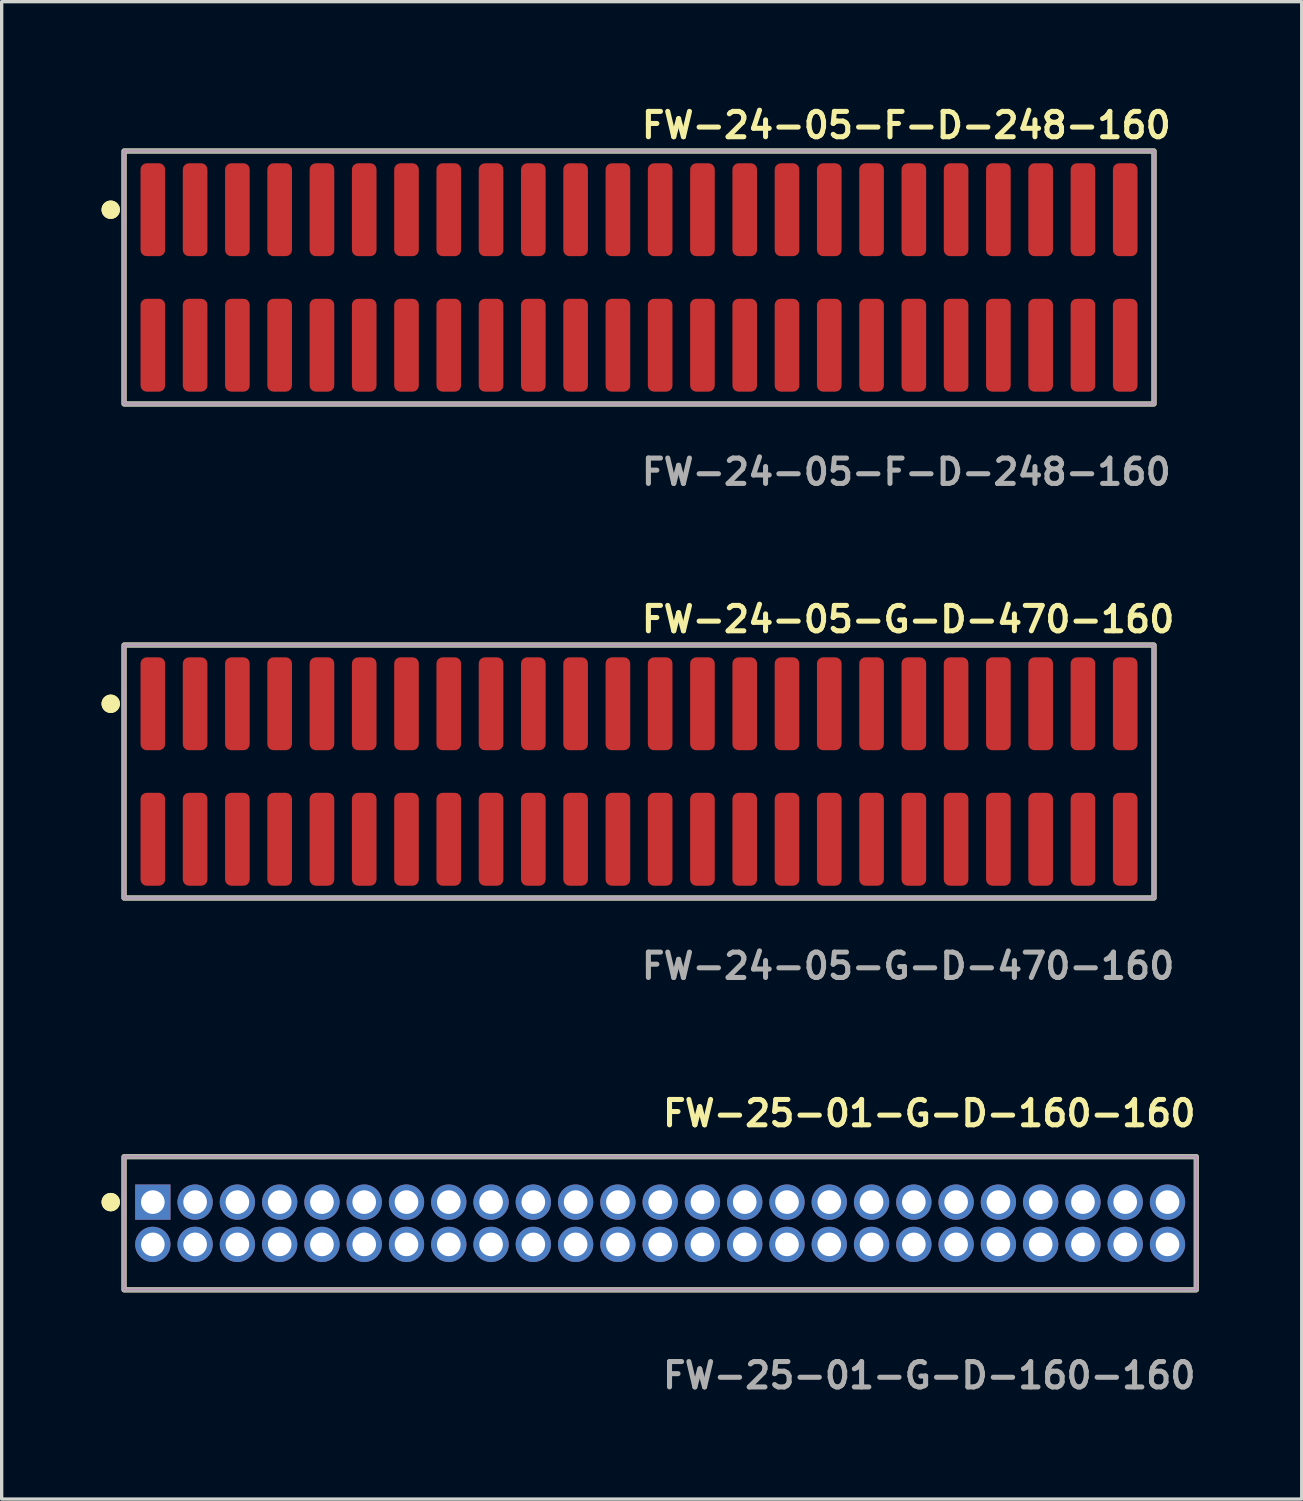
<source format=kicad_pcb>
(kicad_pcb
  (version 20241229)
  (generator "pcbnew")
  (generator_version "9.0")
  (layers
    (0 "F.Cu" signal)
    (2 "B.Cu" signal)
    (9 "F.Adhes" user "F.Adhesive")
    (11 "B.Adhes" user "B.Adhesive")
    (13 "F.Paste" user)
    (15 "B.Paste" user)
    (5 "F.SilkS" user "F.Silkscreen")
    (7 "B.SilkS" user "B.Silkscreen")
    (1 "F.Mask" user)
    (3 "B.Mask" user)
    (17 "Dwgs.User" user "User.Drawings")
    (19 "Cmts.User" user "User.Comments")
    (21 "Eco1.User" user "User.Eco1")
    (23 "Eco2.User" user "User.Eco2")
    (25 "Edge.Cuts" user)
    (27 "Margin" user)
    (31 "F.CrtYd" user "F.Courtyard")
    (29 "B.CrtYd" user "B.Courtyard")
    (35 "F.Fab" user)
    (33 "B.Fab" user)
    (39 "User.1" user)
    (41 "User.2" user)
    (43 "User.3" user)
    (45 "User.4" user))
  (footprint "FW-25-01-G-D-160-160"
    (layer "F.Cu")
    (at 16.781 33.696)
    (property "Reference" "FW-25-01-G-D-160-160" (at 0 -3.302 0) (unlocked yes) (layer "F.SilkS") (effects (font (size 0.762 0.762) (thickness 0.152)) (justify left)))
    (fp_rect (start -16.105 2) (end 16.105 -2) (stroke (width 0.152) (type solid)) (fill no) (layer "F.SilkS"))
    (fp_circle (center -16.505 -0.635) (end -16.705 -0.635) (stroke (width 0.152) (type solid)) (fill yes) (layer "F.SilkS"))
    (fp_circle (center -16.505 -0.635) (end -16.705 -0.635) (stroke (width 0.152) (type solid)) (fill yes) (layer "F.SilkS"))
    (fp_rect (start -16.105 2) (end 16.105 -2) (stroke (width 0.006) (type solid)) (fill no) (layer "F.CrtYd"))
    (fp_rect (start -16.105 2) (end 16.105 -2) (stroke (width 0.152) (type solid)) (fill no) (layer "F.Fab"))
    (fp_text user "${REFERENCE}" (at 0 4.572 0) (unlocked yes) (layer "F.Fab") (effects (font (size 0.762 0.762) (thickness 0.152)) (justify left)))
    (pad "1" thru_hole rect (at -15.24 -0.635) (size 1.06 1.06) (drill 0.71) (layers "*.Cu" "*.Mask"))
    (pad "2" thru_hole circle (at -15.24 0.635) (size 1.06 1.06) (drill 0.71) (layers "*.Cu" "*.Mask"))
    (pad "3" thru_hole circle (at -13.97 -0.635) (size 1.06 1.06) (drill 0.71) (layers "*.Cu" "*.Mask"))
    (pad "4" thru_hole circle (at -13.97 0.635) (size 1.06 1.06) (drill 0.71) (layers "*.Cu" "*.Mask"))
    (pad "5" thru_hole circle (at -12.7 -0.635) (size 1.06 1.06) (drill 0.71) (layers "*.Cu" "*.Mask"))
    (pad "6" thru_hole circle (at -12.7 0.635) (size 1.06 1.06) (drill 0.71) (layers "*.Cu" "*.Mask"))
    (pad "7" thru_hole circle (at -11.43 -0.635) (size 1.06 1.06) (drill 0.71) (layers "*.Cu" "*.Mask"))
    (pad "8" thru_hole circle (at -11.43 0.635) (size 1.06 1.06) (drill 0.71) (layers "*.Cu" "*.Mask"))
    (pad "9" thru_hole circle (at -10.16 -0.635) (size 1.06 1.06) (drill 0.71) (layers "*.Cu" "*.Mask"))
    (pad "10" thru_hole circle (at -10.16 0.635) (size 1.06 1.06) (drill 0.71) (layers "*.Cu" "*.Mask"))
    (pad "11" thru_hole circle (at -8.89 -0.635) (size 1.06 1.06) (drill 0.71) (layers "*.Cu" "*.Mask"))
    (pad "12" thru_hole circle (at -8.89 0.635) (size 1.06 1.06) (drill 0.71) (layers "*.Cu" "*.Mask"))
    (pad "13" thru_hole circle (at -7.62 -0.635) (size 1.06 1.06) (drill 0.71) (layers "*.Cu" "*.Mask"))
    (pad "14" thru_hole circle (at -7.62 0.635) (size 1.06 1.06) (drill 0.71) (layers "*.Cu" "*.Mask"))
    (pad "15" thru_hole circle (at -6.35 -0.635) (size 1.06 1.06) (drill 0.71) (layers "*.Cu" "*.Mask"))
    (pad "16" thru_hole circle (at -6.35 0.635) (size 1.06 1.06) (drill 0.71) (layers "*.Cu" "*.Mask"))
    (pad "17" thru_hole circle (at -5.08 -0.635) (size 1.06 1.06) (drill 0.71) (layers "*.Cu" "*.Mask"))
    (pad "18" thru_hole circle (at -5.08 0.635) (size 1.06 1.06) (drill 0.71) (layers "*.Cu" "*.Mask"))
    (pad "19" thru_hole circle (at -3.81 -0.635) (size 1.06 1.06) (drill 0.71) (layers "*.Cu" "*.Mask"))
    (pad "20" thru_hole circle (at -3.81 0.635) (size 1.06 1.06) (drill 0.71) (layers "*.Cu" "*.Mask"))
    (pad "21" thru_hole circle (at -2.54 -0.635) (size 1.06 1.06) (drill 0.71) (layers "*.Cu" "*.Mask"))
    (pad "22" thru_hole circle (at -2.54 0.635) (size 1.06 1.06) (drill 0.71) (layers "*.Cu" "*.Mask"))
    (pad "23" thru_hole circle (at -1.27 -0.635) (size 1.06 1.06) (drill 0.71) (layers "*.Cu" "*.Mask"))
    (pad "24" thru_hole circle (at -1.27 0.635) (size 1.06 1.06) (drill 0.71) (layers "*.Cu" "*.Mask"))
    (pad "25" thru_hole circle (at 0 -0.635) (size 1.06 1.06) (drill 0.71) (layers "*.Cu" "*.Mask"))
    (pad "26" thru_hole circle (at 0 0.635) (size 1.06 1.06) (drill 0.71) (layers "*.Cu" "*.Mask"))
    (pad "27" thru_hole circle (at 1.27 -0.635) (size 1.06 1.06) (drill 0.71) (layers "*.Cu" "*.Mask"))
    (pad "28" thru_hole circle (at 1.27 0.635) (size 1.06 1.06) (drill 0.71) (layers "*.Cu" "*.Mask"))
    (pad "29" thru_hole circle (at 2.54 -0.635) (size 1.06 1.06) (drill 0.71) (layers "*.Cu" "*.Mask"))
    (pad "30" thru_hole circle (at 2.54 0.635) (size 1.06 1.06) (drill 0.71) (layers "*.Cu" "*.Mask"))
    (pad "31" thru_hole circle (at 3.81 -0.635) (size 1.06 1.06) (drill 0.71) (layers "*.Cu" "*.Mask"))
    (pad "32" thru_hole circle (at 3.81 0.635) (size 1.06 1.06) (drill 0.71) (layers "*.Cu" "*.Mask"))
    (pad "33" thru_hole circle (at 5.08 -0.635) (size 1.06 1.06) (drill 0.71) (layers "*.Cu" "*.Mask"))
    (pad "34" thru_hole circle (at 5.08 0.635) (size 1.06 1.06) (drill 0.71) (layers "*.Cu" "*.Mask"))
    (pad "35" thru_hole circle (at 6.35 -0.635) (size 1.06 1.06) (drill 0.71) (layers "*.Cu" "*.Mask"))
    (pad "36" thru_hole circle (at 6.35 0.635) (size 1.06 1.06) (drill 0.71) (layers "*.Cu" "*.Mask"))
    (pad "37" thru_hole circle (at 7.62 -0.635) (size 1.06 1.06) (drill 0.71) (layers "*.Cu" "*.Mask"))
    (pad "38" thru_hole circle (at 7.62 0.635) (size 1.06 1.06) (drill 0.71) (layers "*.Cu" "*.Mask"))
    (pad "39" thru_hole circle (at 8.89 -0.635) (size 1.06 1.06) (drill 0.71) (layers "*.Cu" "*.Mask"))
    (pad "40" thru_hole circle (at 8.89 0.635) (size 1.06 1.06) (drill 0.71) (layers "*.Cu" "*.Mask"))
    (pad "41" thru_hole circle (at 10.16 -0.635) (size 1.06 1.06) (drill 0.71) (layers "*.Cu" "*.Mask"))
    (pad "42" thru_hole circle (at 10.16 0.635) (size 1.06 1.06) (drill 0.71) (layers "*.Cu" "*.Mask"))
    (pad "43" thru_hole circle (at 11.43 -0.635) (size 1.06 1.06) (drill 0.71) (layers "*.Cu" "*.Mask"))
    (pad "44" thru_hole circle (at 11.43 0.635) (size 1.06 1.06) (drill 0.71) (layers "*.Cu" "*.Mask"))
    (pad "45" thru_hole circle (at 12.7 -0.635) (size 1.06 1.06) (drill 0.71) (layers "*.Cu" "*.Mask"))
    (pad "46" thru_hole circle (at 12.7 0.635) (size 1.06 1.06) (drill 0.71) (layers "*.Cu" "*.Mask"))
    (pad "47" thru_hole circle (at 13.97 -0.635) (size 1.06 1.06) (drill 0.71) (layers "*.Cu" "*.Mask"))
    (pad "48" thru_hole circle (at 13.97 0.635) (size 1.06 1.06) (drill 0.71) (layers "*.Cu" "*.Mask"))
    (pad "49" thru_hole circle (at 15.24 -0.635) (size 1.06 1.06) (drill 0.71) (layers "*.Cu" "*.Mask"))
    (pad "50" thru_hole circle (at 15.24 0.635) (size 1.06 1.06) (drill 0.71) (layers "*.Cu" "*.Mask")))
  (footprint "FW-24-05-F-D-248-160"
    (layer "F.Cu")
    (at 16.146 5.285)
    (property "Reference" "FW-24-05-F-D-248-160" (at 0 -4.572 0) (unlocked yes) (layer "F.SilkS") (effects (font (size 0.762 0.762) (thickness 0.152)) (justify left)))
    (fp_rect (start -15.47 3.8) (end 15.47 -3.8) (stroke (width 0.152) (type solid)) (fill no) (layer "F.SilkS"))
    (fp_circle (center -15.87 -2.035) (end -16.07 -2.035) (stroke (width 0.152) (type solid)) (fill yes) (layer "F.SilkS"))
    (fp_circle (center -15.87 -2.035) (end -16.07 -2.035) (stroke (width 0.152) (type solid)) (fill yes) (layer "F.SilkS"))
    (fp_rect (start -15.47 3.8) (end 15.47 -3.8) (stroke (width 0.006) (type solid)) (fill no) (layer "F.CrtYd"))
    (fp_rect (start -15.47 3.8) (end 15.47 -3.8) (stroke (width 0.152) (type solid)) (fill no) (layer "F.Fab"))
    (fp_text user "${REFERENCE}" (at 0 5.842 0) (unlocked yes) (layer "F.Fab") (effects (font (size 0.762 0.762) (thickness 0.152)) (justify left)))
    (pad "1" smd roundrect (at -14.605 -2.035) (size 0.74 2.79) (layers "F.Cu" "F.Paste") (roundrect_rratio 0.25))
    (pad "2" smd roundrect (at -14.605 2.035) (size 0.74 2.79) (layers "F.Cu" "F.Paste") (roundrect_rratio 0.25))
    (pad "3" smd roundrect (at -13.335 -2.035) (size 0.74 2.79) (layers "F.Cu" "F.Paste") (roundrect_rratio 0.25))
    (pad "4" smd roundrect (at -13.335 2.035) (size 0.74 2.79) (layers "F.Cu" "F.Paste") (roundrect_rratio 0.25))
    (pad "5" smd roundrect (at -12.065 -2.035) (size 0.74 2.79) (layers "F.Cu" "F.Paste") (roundrect_rratio 0.25))
    (pad "6" smd roundrect (at -12.065 2.035) (size 0.74 2.79) (layers "F.Cu" "F.Paste") (roundrect_rratio 0.25))
    (pad "7" smd roundrect (at -10.795 -2.035) (size 0.74 2.79) (layers "F.Cu" "F.Paste") (roundrect_rratio 0.25))
    (pad "8" smd roundrect (at -10.795 2.035) (size 0.74 2.79) (layers "F.Cu" "F.Paste") (roundrect_rratio 0.25))
    (pad "9" smd roundrect (at -9.525 -2.035) (size 0.74 2.79) (layers "F.Cu" "F.Paste") (roundrect_rratio 0.25))
    (pad "10" smd roundrect (at -9.525 2.035) (size 0.74 2.79) (layers "F.Cu" "F.Paste") (roundrect_rratio 0.25))
    (pad "11" smd roundrect (at -8.255 -2.035) (size 0.74 2.79) (layers "F.Cu" "F.Paste") (roundrect_rratio 0.25))
    (pad "12" smd roundrect (at -8.255 2.035) (size 0.74 2.79) (layers "F.Cu" "F.Paste") (roundrect_rratio 0.25))
    (pad "13" smd roundrect (at -6.985 -2.035) (size 0.74 2.79) (layers "F.Cu" "F.Paste") (roundrect_rratio 0.25))
    (pad "14" smd roundrect (at -6.985 2.035) (size 0.74 2.79) (layers "F.Cu" "F.Paste") (roundrect_rratio 0.25))
    (pad "15" smd roundrect (at -5.715 -2.035) (size 0.74 2.79) (layers "F.Cu" "F.Paste") (roundrect_rratio 0.25))
    (pad "16" smd roundrect (at -5.715 2.035) (size 0.74 2.79) (layers "F.Cu" "F.Paste") (roundrect_rratio 0.25))
    (pad "17" smd roundrect (at -4.445 -2.035) (size 0.74 2.79) (layers "F.Cu" "F.Paste") (roundrect_rratio 0.25))
    (pad "18" smd roundrect (at -4.445 2.035) (size 0.74 2.79) (layers "F.Cu" "F.Paste") (roundrect_rratio 0.25))
    (pad "19" smd roundrect (at -3.175 -2.035) (size 0.74 2.79) (layers "F.Cu" "F.Paste") (roundrect_rratio 0.25))
    (pad "20" smd roundrect (at -3.175 2.035) (size 0.74 2.79) (layers "F.Cu" "F.Paste") (roundrect_rratio 0.25))
    (pad "21" smd roundrect (at -1.905 -2.035) (size 0.74 2.79) (layers "F.Cu" "F.Paste") (roundrect_rratio 0.25))
    (pad "22" smd roundrect (at -1.905 2.035) (size 0.74 2.79) (layers "F.Cu" "F.Paste") (roundrect_rratio 0.25))
    (pad "23" smd roundrect (at -0.635 -2.035) (size 0.74 2.79) (layers "F.Cu" "F.Paste") (roundrect_rratio 0.25))
    (pad "24" smd roundrect (at -0.635 2.035) (size 0.74 2.79) (layers "F.Cu" "F.Paste") (roundrect_rratio 0.25))
    (pad "25" smd roundrect (at 0.635 -2.035) (size 0.74 2.79) (layers "F.Cu" "F.Paste") (roundrect_rratio 0.25))
    (pad "26" smd roundrect (at 0.635 2.035) (size 0.74 2.79) (layers "F.Cu" "F.Paste") (roundrect_rratio 0.25))
    (pad "27" smd roundrect (at 1.905 -2.035) (size 0.74 2.79) (layers "F.Cu" "F.Paste") (roundrect_rratio 0.25))
    (pad "28" smd roundrect (at 1.905 2.035) (size 0.74 2.79) (layers "F.Cu" "F.Paste") (roundrect_rratio 0.25))
    (pad "29" smd roundrect (at 3.175 -2.035) (size 0.74 2.79) (layers "F.Cu" "F.Paste") (roundrect_rratio 0.25))
    (pad "30" smd roundrect (at 3.175 2.035) (size 0.74 2.79) (layers "F.Cu" "F.Paste") (roundrect_rratio 0.25))
    (pad "31" smd roundrect (at 4.445 -2.035) (size 0.74 2.79) (layers "F.Cu" "F.Paste") (roundrect_rratio 0.25))
    (pad "32" smd roundrect (at 4.445 2.035) (size 0.74 2.79) (layers "F.Cu" "F.Paste") (roundrect_rratio 0.25))
    (pad "33" smd roundrect (at 5.715 -2.035) (size 0.74 2.79) (layers "F.Cu" "F.Paste") (roundrect_rratio 0.25))
    (pad "34" smd roundrect (at 5.715 2.035) (size 0.74 2.79) (layers "F.Cu" "F.Paste") (roundrect_rratio 0.25))
    (pad "35" smd roundrect (at 6.985 -2.035) (size 0.74 2.79) (layers "F.Cu" "F.Paste") (roundrect_rratio 0.25))
    (pad "36" smd roundrect (at 6.985 2.035) (size 0.74 2.79) (layers "F.Cu" "F.Paste") (roundrect_rratio 0.25))
    (pad "37" smd roundrect (at 8.255 -2.035) (size 0.74 2.79) (layers "F.Cu" "F.Paste") (roundrect_rratio 0.25))
    (pad "38" smd roundrect (at 8.255 2.035) (size 0.74 2.79) (layers "F.Cu" "F.Paste") (roundrect_rratio 0.25))
    (pad "39" smd roundrect (at 9.525 -2.035) (size 0.74 2.79) (layers "F.Cu" "F.Paste") (roundrect_rratio 0.25))
    (pad "40" smd roundrect (at 9.525 2.035) (size 0.74 2.79) (layers "F.Cu" "F.Paste") (roundrect_rratio 0.25))
    (pad "41" smd roundrect (at 10.795 -2.035) (size 0.74 2.79) (layers "F.Cu" "F.Paste") (roundrect_rratio 0.25))
    (pad "42" smd roundrect (at 10.795 2.035) (size 0.74 2.79) (layers "F.Cu" "F.Paste") (roundrect_rratio 0.25))
    (pad "43" smd roundrect (at 12.065 -2.035) (size 0.74 2.79) (layers "F.Cu" "F.Paste") (roundrect_rratio 0.25))
    (pad "44" smd roundrect (at 12.065 2.035) (size 0.74 2.79) (layers "F.Cu" "F.Paste") (roundrect_rratio 0.25))
    (pad "45" smd roundrect (at 13.335 -2.035) (size 0.74 2.79) (layers "F.Cu" "F.Paste") (roundrect_rratio 0.25))
    (pad "46" smd roundrect (at 13.335 2.035) (size 0.74 2.79) (layers "F.Cu" "F.Paste") (roundrect_rratio 0.25))
    (pad "47" smd roundrect (at 14.605 -2.035) (size 0.74 2.79) (layers "F.Cu" "F.Paste") (roundrect_rratio 0.25))
    (pad "48" smd roundrect (at 14.605 2.035) (size 0.74 2.79) (layers "F.Cu" "F.Paste") (roundrect_rratio 0.25)))
  (footprint "FW-24-05-G-D-470-160"
    (layer "F.Cu")
    (at 16.146 20.126)
    (property "Reference" "FW-24-05-G-D-470-160" (at 0 -4.572 0) (unlocked yes) (layer "F.SilkS") (effects (font (size 0.762 0.762) (thickness 0.152)) (justify left)))
    (fp_rect (start -15.47 3.8) (end 15.47 -3.8) (stroke (width 0.152) (type solid)) (fill no) (layer "F.SilkS"))
    (fp_circle (center -15.87 -2.035) (end -16.07 -2.035) (stroke (width 0.152) (type solid)) (fill yes) (layer "F.SilkS"))
    (fp_circle (center -15.87 -2.035) (end -16.07 -2.035) (stroke (width 0.152) (type solid)) (fill yes) (layer "F.SilkS"))
    (fp_rect (start -15.47 3.8) (end 15.47 -3.8) (stroke (width 0.006) (type solid)) (fill no) (layer "F.CrtYd"))
    (fp_rect (start -15.47 3.8) (end 15.47 -3.8) (stroke (width 0.152) (type solid)) (fill no) (layer "F.Fab"))
    (fp_text user "${REFERENCE}" (at 0 5.842 0) (unlocked yes) (layer "F.Fab") (effects (font (size 0.762 0.762) (thickness 0.152)) (justify left)))
    (pad "1" smd roundrect (at -14.605 -2.035) (size 0.74 2.79) (layers "F.Cu" "F.Paste") (roundrect_rratio 0.25))
    (pad "2" smd roundrect (at -14.605 2.035) (size 0.74 2.79) (layers "F.Cu" "F.Paste") (roundrect_rratio 0.25))
    (pad "3" smd roundrect (at -13.335 -2.035) (size 0.74 2.79) (layers "F.Cu" "F.Paste") (roundrect_rratio 0.25))
    (pad "4" smd roundrect (at -13.335 2.035) (size 0.74 2.79) (layers "F.Cu" "F.Paste") (roundrect_rratio 0.25))
    (pad "5" smd roundrect (at -12.065 -2.035) (size 0.74 2.79) (layers "F.Cu" "F.Paste") (roundrect_rratio 0.25))
    (pad "6" smd roundrect (at -12.065 2.035) (size 0.74 2.79) (layers "F.Cu" "F.Paste") (roundrect_rratio 0.25))
    (pad "7" smd roundrect (at -10.795 -2.035) (size 0.74 2.79) (layers "F.Cu" "F.Paste") (roundrect_rratio 0.25))
    (pad "8" smd roundrect (at -10.795 2.035) (size 0.74 2.79) (layers "F.Cu" "F.Paste") (roundrect_rratio 0.25))
    (pad "9" smd roundrect (at -9.525 -2.035) (size 0.74 2.79) (layers "F.Cu" "F.Paste") (roundrect_rratio 0.25))
    (pad "10" smd roundrect (at -9.525 2.035) (size 0.74 2.79) (layers "F.Cu" "F.Paste") (roundrect_rratio 0.25))
    (pad "11" smd roundrect (at -8.255 -2.035) (size 0.74 2.79) (layers "F.Cu" "F.Paste") (roundrect_rratio 0.25))
    (pad "12" smd roundrect (at -8.255 2.035) (size 0.74 2.79) (layers "F.Cu" "F.Paste") (roundrect_rratio 0.25))
    (pad "13" smd roundrect (at -6.985 -2.035) (size 0.74 2.79) (layers "F.Cu" "F.Paste") (roundrect_rratio 0.25))
    (pad "14" smd roundrect (at -6.985 2.035) (size 0.74 2.79) (layers "F.Cu" "F.Paste") (roundrect_rratio 0.25))
    (pad "15" smd roundrect (at -5.715 -2.035) (size 0.74 2.79) (layers "F.Cu" "F.Paste") (roundrect_rratio 0.25))
    (pad "16" smd roundrect (at -5.715 2.035) (size 0.74 2.79) (layers "F.Cu" "F.Paste") (roundrect_rratio 0.25))
    (pad "17" smd roundrect (at -4.445 -2.035) (size 0.74 2.79) (layers "F.Cu" "F.Paste") (roundrect_rratio 0.25))
    (pad "18" smd roundrect (at -4.445 2.035) (size 0.74 2.79) (layers "F.Cu" "F.Paste") (roundrect_rratio 0.25))
    (pad "19" smd roundrect (at -3.175 -2.035) (size 0.74 2.79) (layers "F.Cu" "F.Paste") (roundrect_rratio 0.25))
    (pad "20" smd roundrect (at -3.175 2.035) (size 0.74 2.79) (layers "F.Cu" "F.Paste") (roundrect_rratio 0.25))
    (pad "21" smd roundrect (at -1.905 -2.035) (size 0.74 2.79) (layers "F.Cu" "F.Paste") (roundrect_rratio 0.25))
    (pad "22" smd roundrect (at -1.905 2.035) (size 0.74 2.79) (layers "F.Cu" "F.Paste") (roundrect_rratio 0.25))
    (pad "23" smd roundrect (at -0.635 -2.035) (size 0.74 2.79) (layers "F.Cu" "F.Paste") (roundrect_rratio 0.25))
    (pad "24" smd roundrect (at -0.635 2.035) (size 0.74 2.79) (layers "F.Cu" "F.Paste") (roundrect_rratio 0.25))
    (pad "25" smd roundrect (at 0.635 -2.035) (size 0.74 2.79) (layers "F.Cu" "F.Paste") (roundrect_rratio 0.25))
    (pad "26" smd roundrect (at 0.635 2.035) (size 0.74 2.79) (layers "F.Cu" "F.Paste") (roundrect_rratio 0.25))
    (pad "27" smd roundrect (at 1.905 -2.035) (size 0.74 2.79) (layers "F.Cu" "F.Paste") (roundrect_rratio 0.25))
    (pad "28" smd roundrect (at 1.905 2.035) (size 0.74 2.79) (layers "F.Cu" "F.Paste") (roundrect_rratio 0.25))
    (pad "29" smd roundrect (at 3.175 -2.035) (size 0.74 2.79) (layers "F.Cu" "F.Paste") (roundrect_rratio 0.25))
    (pad "30" smd roundrect (at 3.175 2.035) (size 0.74 2.79) (layers "F.Cu" "F.Paste") (roundrect_rratio 0.25))
    (pad "31" smd roundrect (at 4.445 -2.035) (size 0.74 2.79) (layers "F.Cu" "F.Paste") (roundrect_rratio 0.25))
    (pad "32" smd roundrect (at 4.445 2.035) (size 0.74 2.79) (layers "F.Cu" "F.Paste") (roundrect_rratio 0.25))
    (pad "33" smd roundrect (at 5.715 -2.035) (size 0.74 2.79) (layers "F.Cu" "F.Paste") (roundrect_rratio 0.25))
    (pad "34" smd roundrect (at 5.715 2.035) (size 0.74 2.79) (layers "F.Cu" "F.Paste") (roundrect_rratio 0.25))
    (pad "35" smd roundrect (at 6.985 -2.035) (size 0.74 2.79) (layers "F.Cu" "F.Paste") (roundrect_rratio 0.25))
    (pad "36" smd roundrect (at 6.985 2.035) (size 0.74 2.79) (layers "F.Cu" "F.Paste") (roundrect_rratio 0.25))
    (pad "37" smd roundrect (at 8.255 -2.035) (size 0.74 2.79) (layers "F.Cu" "F.Paste") (roundrect_rratio 0.25))
    (pad "38" smd roundrect (at 8.255 2.035) (size 0.74 2.79) (layers "F.Cu" "F.Paste") (roundrect_rratio 0.25))
    (pad "39" smd roundrect (at 9.525 -2.035) (size 0.74 2.79) (layers "F.Cu" "F.Paste") (roundrect_rratio 0.25))
    (pad "40" smd roundrect (at 9.525 2.035) (size 0.74 2.79) (layers "F.Cu" "F.Paste") (roundrect_rratio 0.25))
    (pad "41" smd roundrect (at 10.795 -2.035) (size 0.74 2.79) (layers "F.Cu" "F.Paste") (roundrect_rratio 0.25))
    (pad "42" smd roundrect (at 10.795 2.035) (size 0.74 2.79) (layers "F.Cu" "F.Paste") (roundrect_rratio 0.25))
    (pad "43" smd roundrect (at 12.065 -2.035) (size 0.74 2.79) (layers "F.Cu" "F.Paste") (roundrect_rratio 0.25))
    (pad "44" smd roundrect (at 12.065 2.035) (size 0.74 2.79) (layers "F.Cu" "F.Paste") (roundrect_rratio 0.25))
    (pad "45" smd roundrect (at 13.335 -2.035) (size 0.74 2.79) (layers "F.Cu" "F.Paste") (roundrect_rratio 0.25))
    (pad "46" smd roundrect (at 13.335 2.035) (size 0.74 2.79) (layers "F.Cu" "F.Paste") (roundrect_rratio 0.25))
    (pad "47" smd roundrect (at 14.605 -2.035) (size 0.74 2.79) (layers "F.Cu" "F.Paste") (roundrect_rratio 0.25))
    (pad "48" smd roundrect (at 14.605 2.035) (size 0.74 2.79) (layers "F.Cu" "F.Paste") (roundrect_rratio 0.25)))
  (gr_rect
    (start -3 -3)
    (end 36.052 41.981)
    (stroke (width 0.1) (type default))
    (fill no)
    (layer "Edge.Cuts")))
</source>
